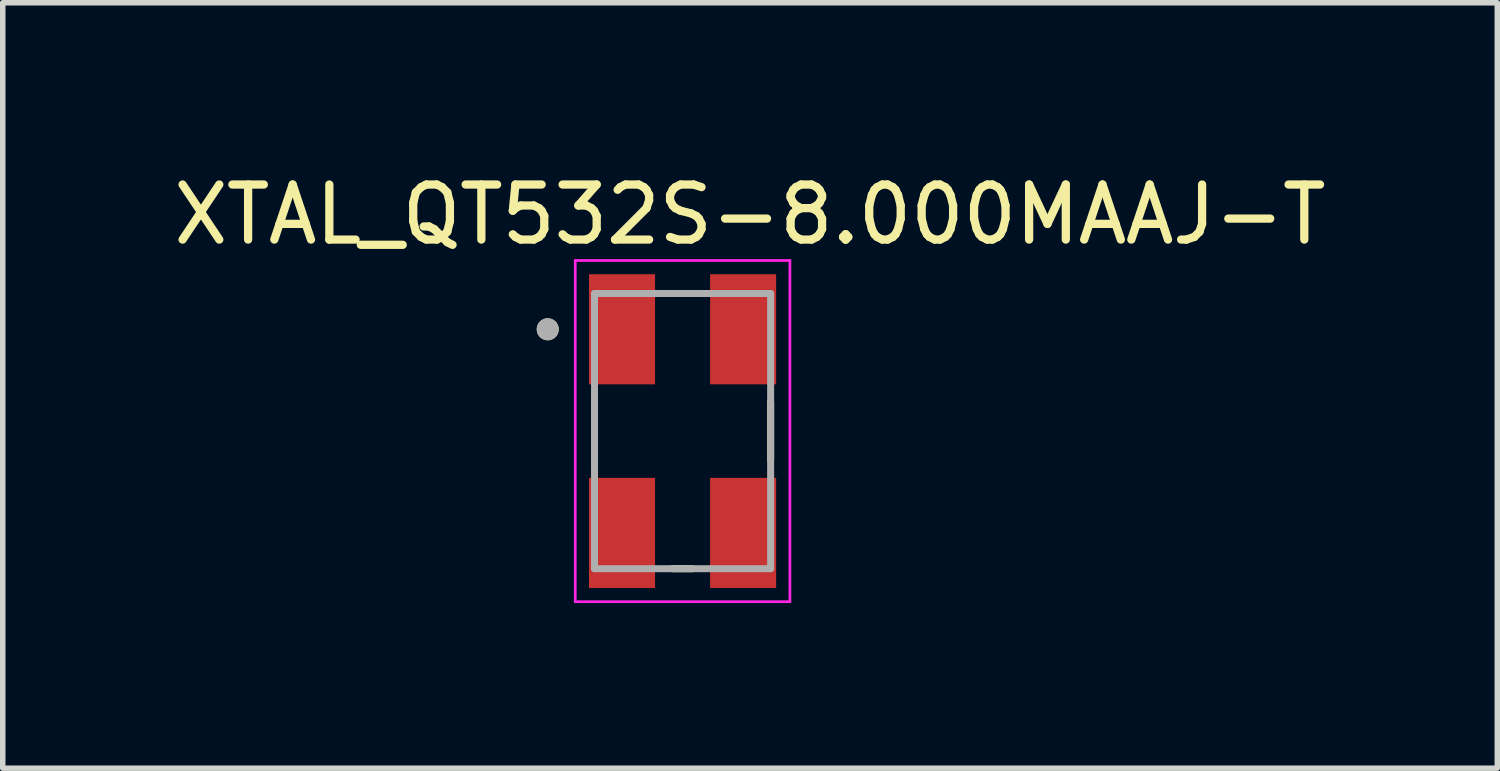
<source format=kicad_pcb>
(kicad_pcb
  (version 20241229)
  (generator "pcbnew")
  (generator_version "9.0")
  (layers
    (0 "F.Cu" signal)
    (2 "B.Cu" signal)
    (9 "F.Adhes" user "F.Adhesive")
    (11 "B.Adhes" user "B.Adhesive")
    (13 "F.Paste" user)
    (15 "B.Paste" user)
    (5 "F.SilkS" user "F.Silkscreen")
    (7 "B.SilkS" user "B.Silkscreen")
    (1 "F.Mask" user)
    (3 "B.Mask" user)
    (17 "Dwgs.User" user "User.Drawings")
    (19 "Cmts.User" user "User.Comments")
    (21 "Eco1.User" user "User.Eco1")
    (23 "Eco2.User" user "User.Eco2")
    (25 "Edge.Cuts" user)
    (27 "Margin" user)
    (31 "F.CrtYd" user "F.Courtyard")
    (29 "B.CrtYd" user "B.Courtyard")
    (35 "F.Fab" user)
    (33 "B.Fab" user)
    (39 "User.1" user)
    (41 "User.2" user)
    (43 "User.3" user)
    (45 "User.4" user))
  (footprint "XTAL_QT532S-8.000MAAJ-T"
    (layer "F.Cu")
    (at 9.352 4.783)
    (property "Reference" "XTAL_QT532S-8.000MAAJ-T" (at 1.225 -3.935 0) (layer "F.SilkS") (effects (font (size 1 1) (thickness 0.15))))
    (attr smd)
    (fp_line (start -1.6 -0.53) (end -1.6 0.53) (stroke (width 0.127) (type solid)) (layer "F.SilkS"))
    (fp_line (start -0.18 -2.5) (end 0.18 -2.5) (stroke (width 0.127) (type solid)) (layer "F.SilkS"))
    (fp_line (start -0.18 2.5) (end 0.18 2.5) (stroke (width 0.127) (type solid)) (layer "F.SilkS"))
    (fp_line (start 1.6 -0.53) (end 1.6 0.53) (stroke (width 0.127) (type solid)) (layer "F.SilkS"))
    (fp_circle (center -2.45 -1.85) (end -2.35 -1.85) (stroke (width 0.2) (type solid)) (fill no) (layer "F.SilkS"))
    (fp_line (start -1.95 -3.1) (end -1.95 3.1) (stroke (width 0.05) (type solid)) (layer "F.CrtYd"))
    (fp_line (start -1.95 -3.1) (end 1.95 -3.1) (stroke (width 0.05) (type solid)) (layer "F.CrtYd"))
    (fp_line (start 1.95 -3.1) (end 1.95 3.1) (stroke (width 0.05) (type solid)) (layer "F.CrtYd"))
    (fp_line (start 1.95 3.1) (end -1.95 3.1) (stroke (width 0.05) (type solid)) (layer "F.CrtYd"))
    (fp_line (start -1.6 -2.5) (end -1.6 2.5) (stroke (width 0.127) (type solid)) (layer "F.Fab"))
    (fp_line (start -1.6 -2.5) (end 1.6 -2.5) (stroke (width 0.127) (type solid)) (layer "F.Fab"))
    (fp_line (start 1.6 -2.5) (end 1.6 2.5) (stroke (width 0.127) (type solid)) (layer "F.Fab"))
    (fp_line (start 1.6 2.5) (end -1.6 2.5) (stroke (width 0.127) (type solid)) (layer "F.Fab"))
    (fp_circle (center -2.45 -1.85) (end -2.35 -1.85) (stroke (width 0.2) (type solid)) (fill no) (layer "F.Fab"))
    (pad "1" smd rect (at -1.1 -1.85) (size 1.2 2) (layers "F.Cu" "F.Mask" "F.Paste"))
    (pad "2" smd rect (at -1.1 1.85) (size 1.2 2) (layers "F.Cu" "F.Mask" "F.Paste"))
    (pad "3" smd rect (at 1.1 1.85) (size 1.2 2) (layers "F.Cu" "F.Mask" "F.Paste"))
    (pad "4" smd rect (at 1.1 -1.85) (size 1.2 2) (layers "F.Cu" "F.Mask" "F.Paste")))
  (gr_rect
    (start -3 -3)
    (end 24.155 10.908)
    (stroke (width 0.1) (type default))
    (fill no)
    (layer "Edge.Cuts")))
</source>
